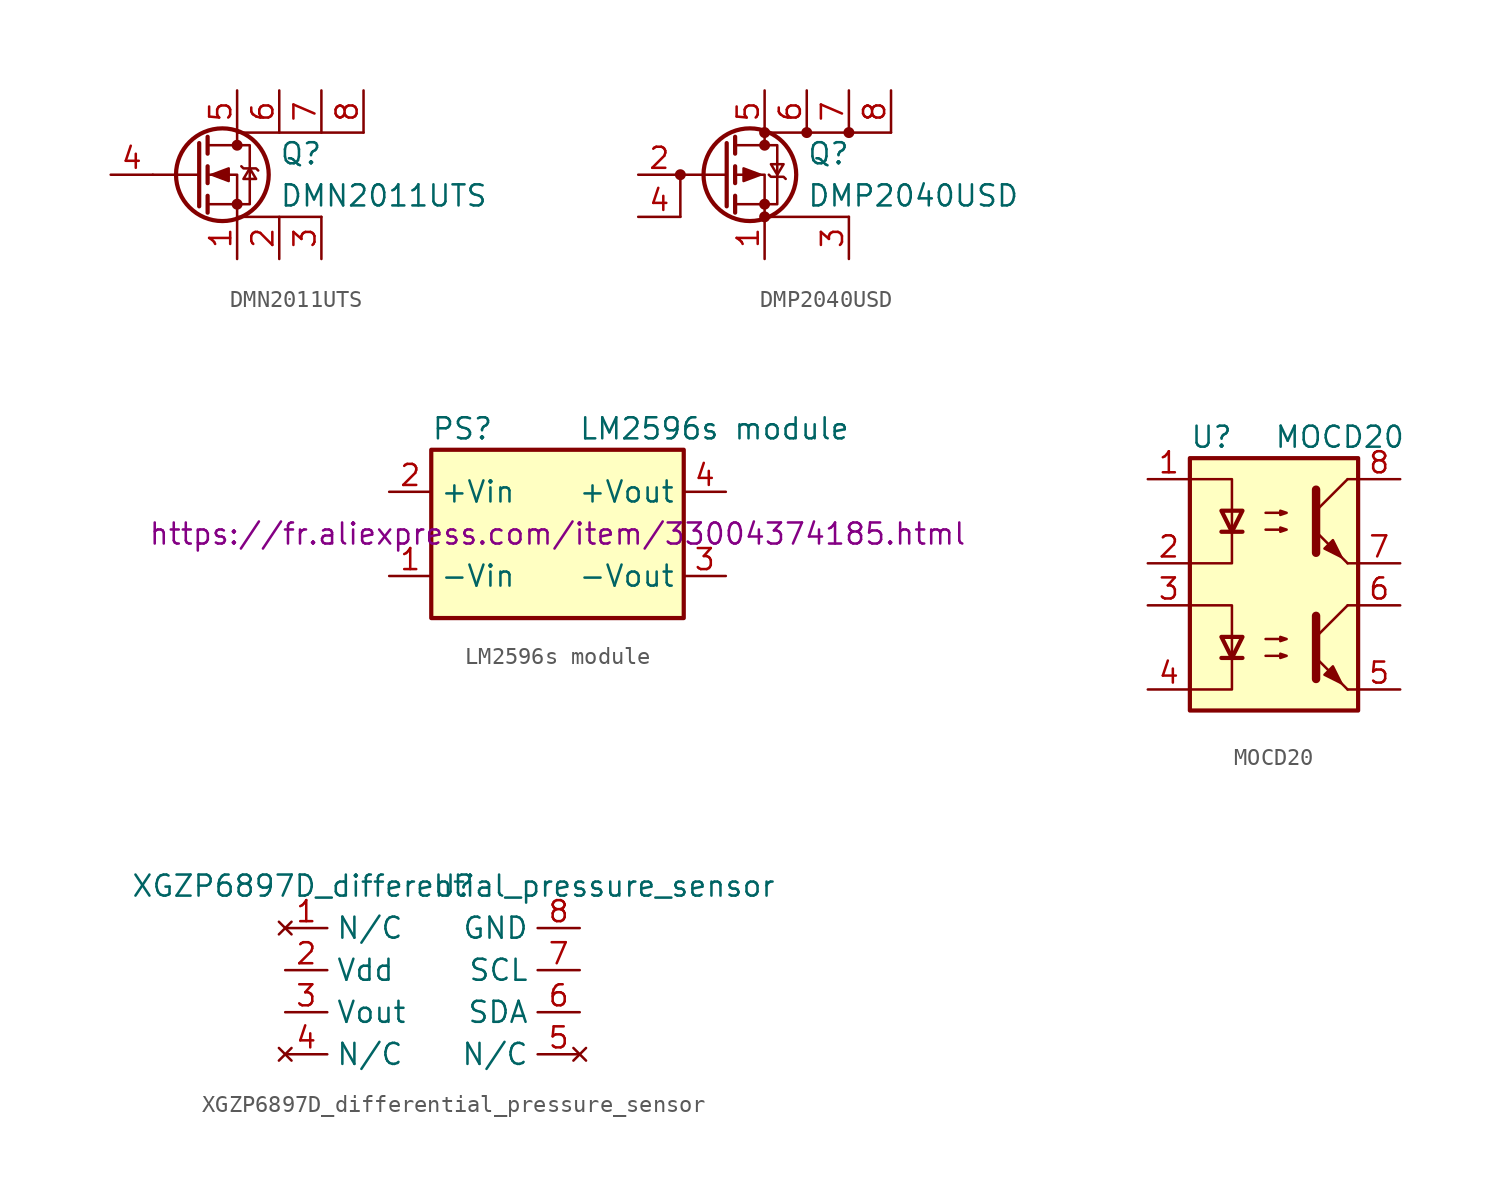
<source format=kicad_sym>
(kicad_symbol_lib
  (version 20220914)
  (generator kicad_symbol_editor)
  (symbol "DMN2011UTS"
    (pin_names
      (offset 0) hide)
    (property "Reference" "Q"
      (at 5.08 1.27 0)
      (effects (font (size 1.27 1.27)) (justify left)))
    (property "Value" "DMN2011UTS"
      (at 5.08 -1.27 0)
      (effects (font (size 1.27 1.27)) (justify left)))
    (symbol "DMN2011UTS_0_1"
      (polyline (pts (xy 0.254 0) (xy -2.54 0)) (stroke (width 0) (type default)) (fill (type none)))
      (polyline (pts (xy 0.254 1.905) (xy 0.254 -1.905)) (stroke (width 0.254) (type default)) (fill (type none)))
      (polyline (pts (xy 0.762 -1.27) (xy 0.762 -2.286)) (stroke (width 0.254) (type default)) (fill (type none)))
      (polyline (pts (xy 0.762 0.508) (xy 0.762 -0.508)) (stroke (width 0.254) (type default)) (fill (type none)))
      (polyline (pts (xy 0.762 2.286) (xy 0.762 1.27)) (stroke (width 0.254) (type default)) (fill (type none)))
      (polyline (pts (xy 2.54 2.54) (xy 2.54 1.778)) (stroke (width 0) (type default)) (fill (type none)))
      (polyline (pts (xy 2.54 2.54) (xy 10.16 2.54)) (stroke (width 0) (type default)) (fill (type none)))
      (polyline (pts (xy 7.62 -2.54) (xy 2.54 -2.54)) (stroke (width 0) (type default)) (fill (type none)))
      (polyline (pts (xy 2.54 -2.54) (xy 2.54 0) (xy 0.762 0)) (stroke (width 0) (type default)) (fill (type none)))
      (polyline (pts (xy 0.762 -1.778) (xy 3.302 -1.778) (xy 3.302 1.778) (xy 0.762 1.778)) (stroke (width 0) (type default)) (fill (type none)))
      (polyline (pts (xy 1.016 0) (xy 2.032 0.381) (xy 2.032 -0.381) (xy 1.016 0)) (stroke (width 0) (type default)) (fill (type outline)))
      (polyline (pts (xy 2.794 0.508) (xy 2.921 0.381) (xy 3.683 0.381) (xy 3.81 0.254)) (stroke (width 0) (type default)) (fill (type none)))
      (polyline (pts (xy 3.302 0.381) (xy 2.921 -0.254) (xy 3.683 -0.254) (xy 3.302 0.381)) (stroke (width 0) (type default)) (fill (type none)))
      (circle (center 1.651 0) (radius 2.794) (stroke (width 0.254) (type default)) (fill (type none)))
      (circle (center 2.54 -1.778) (radius 0.254) (stroke (width 0) (type default)) (fill (type outline)))
      (circle (center 2.54 1.778) (radius 0.254) (stroke (width 0) (type default)) (fill (type outline))))
    (symbol "DMN2011UTS_1_1"
      (pin passive line (at 2.54 -5.08 90) (length 2.54) (name "S" (effects (font (size 1.27 1.27)))) (number "1" (effects (font (size 1.27 1.27)))))
      (pin passive line (at 5.08 -5.08 90) (length 2.54) (name "S" (effects (font (size 1.27 1.27)))) (number "2" (effects (font (size 1.27 1.27)))))
      (pin passive line (at 7.62 -5.08 90) (length 2.54) (name "S" (effects (font (size 1.27 1.27)))) (number "3" (effects (font (size 1.27 1.27)))))
      (pin input line (at -5.08 0 0) (length 2.54) (name "G" (effects (font (size 1.27 1.27)))) (number "4" (effects (font (size 1.27 1.27)))))
      (pin passive line (at 2.54 5.08 270) (length 2.54) (name "D" (effects (font (size 1.27 1.27)))) (number "5" (effects (font (size 1.27 1.27)))))
      (pin passive line (at 5.08 5.08 270) (length 2.54) (name "D" (effects (font (size 1.27 1.27)))) (number "6" (effects (font (size 1.27 1.27)))))
      (pin passive line (at 7.62 5.08 270) (length 2.54) (name "D" (effects (font (size 1.27 1.27)))) (number "7" (effects (font (size 1.27 1.27)))))
      (pin passive line (at 10.16 5.08 270) (length 2.54) (name "D" (effects (font (size 1.27 1.27)))) (number "8" (effects (font (size 1.27 1.27)))))))
  (symbol "DMP2040USD"
    (pin_names
      (offset 0) hide)
    (property "Reference" "Q"
      (at 5.08 1.27 0)
      (effects (font (size 1.27 1.27)) (justify left)))
    (property "Value" "DMP2040USD"
      (at 5.08 -1.27 0)
      (effects (font (size 1.27 1.27)) (justify left)))
    (symbol "DMP2040USD_0_1"
      (circle (center -2.54 0) (radius 0.254) (stroke (width 0) (type default)) (fill (type outline)))
      (polyline (pts (xy -2.54 -2.54) (xy -2.54 0)) (stroke (width 0) (type default)) (fill (type none)))
      (polyline (pts (xy 0.254 0) (xy -2.54 0)) (stroke (width 0) (type default)) (fill (type none)))
      (polyline (pts (xy 0.254 1.905) (xy 0.254 -1.905)) (stroke (width 0.254) (type default)) (fill (type none)))
      (polyline (pts (xy 0.762 -1.27) (xy 0.762 -2.286)) (stroke (width 0.254) (type default)) (fill (type none)))
      (polyline (pts (xy 0.762 0.508) (xy 0.762 -0.508)) (stroke (width 0.254) (type default)) (fill (type none)))
      (polyline (pts (xy 0.762 2.286) (xy 0.762 1.27)) (stroke (width 0.254) (type default)) (fill (type none)))
      (polyline (pts (xy 2.54 2.54) (xy 2.54 1.778)) (stroke (width 0) (type default)) (fill (type none)))
      (polyline (pts (xy 2.54 2.54) (xy 10.16 2.54)) (stroke (width 0) (type default)) (fill (type none)))
      (polyline (pts (xy 7.62 -2.54) (xy 2.54 -2.54)) (stroke (width 0) (type default)) (fill (type none)))
      (polyline (pts (xy 2.54 -2.54) (xy 2.54 0) (xy 0.762 0)) (stroke (width 0) (type default)) (fill (type none)))
      (polyline (pts (xy 0.762 -1.778) (xy 3.302 -1.778) (xy 3.302 1.778) (xy 0.762 1.778)) (stroke (width 0) (type default)) (fill (type none)))
      (polyline (pts (xy 2.286 0) (xy 1.27 -0.381) (xy 1.27 0.381) (xy 2.286 0)) (stroke (width 0) (type default)) (fill (type outline)))
      (polyline (pts (xy 2.794 0) (xy 2.921 -0.127) (xy 3.683 -0.127) (xy 3.81 -0.254)) (stroke (width 0) (type default)) (fill (type none)))
      (polyline (pts (xy 3.302 0) (xy 3.683 0.635) (xy 2.921 0.635) (xy 3.302 0)) (stroke (width 0) (type default)) (fill (type none)))
      (circle (center 1.651 0) (radius 2.794) (stroke (width 0.254) (type default)) (fill (type none)))
      (circle (center 2.54 -2.54) (radius 0.254) (stroke (width 0) (type default)) (fill (type outline)))
      (circle (center 2.54 -1.778) (radius 0.254) (stroke (width 0) (type default)) (fill (type outline)))
      (circle (center 2.54 1.778) (radius 0.254) (stroke (width 0) (type default)) (fill (type outline)))
      (circle (center 2.54 2.54) (radius 0.254) (stroke (width 0) (type default)) (fill (type outline)))
      (circle (center 5.08 2.54) (radius 0.254) (stroke (width 0) (type default)) (fill (type outline)))
      (circle (center 7.62 2.54) (radius 0.254) (stroke (width 0) (type default)) (fill (type outline))))
    (symbol "DMP2040USD_1_1"
      (pin passive line (at 2.54 -5.08 90) (length 2.54) (name "S" (effects (font (size 1.27 1.27)))) (number "1" (effects (font (size 1.27 1.27)))))
      (pin input line (at -5.08 0 0) (length 2.54) (name "G" (effects (font (size 1.27 1.27)))) (number "2" (effects (font (size 1.27 1.27)))))
      (pin passive line (at 7.62 -5.08 90) (length 2.54) (name "S" (effects (font (size 1.27 1.27)))) (number "3" (effects (font (size 1.27 1.27)))))
      (pin input line (at -5.08 -2.54 0) (length 2.54) (name "G" (effects (font (size 1.27 1.27)))) (number "4" (effects (font (size 1.27 1.27)))))
      (pin passive line (at 2.54 5.08 270) (length 2.54) (name "D" (effects (font (size 1.27 1.27)))) (number "5" (effects (font (size 1.27 1.27)))))
      (pin passive line (at 5.08 5.08 270) (length 2.54) (name "D" (effects (font (size 1.27 1.27)))) (number "6" (effects (font (size 1.27 1.27)))))
      (pin passive line (at 7.62 5.08 270) (length 2.54) (name "D" (effects (font (size 1.27 1.27)))) (number "7" (effects (font (size 1.27 1.27)))))
      (pin passive line (at 10.16 5.08 270) (length 2.54) (name "D" (effects (font (size 1.27 1.27)))) (number "8" (effects (font (size 1.27 1.27)))))))
  (symbol "LM2596s module"
    (property "Reference" "PS"
      (at -7.62 6.35 0)
      (effects (font (size 1.27 1.27)) (justify left)))
    (property "Value" "LM2596s module"
      (at 1.27 6.35 0)
      (effects (font (size 1.27 1.27)) (justify left)))
    (property "Aliexpress" "https://fr.aliexpress.com/item/33004374185.html"
      (at 0 0 0)
      (effects (font (size 1.27 1.27))))
    (symbol "LM2596s module_0_0"
      (pin power_in line (at -10.16 -2.54 0) (length 2.54) (name "-Vin" (effects (font (size 1.27 1.27)))) (number "1" (effects (font (size 1.27 1.27)))))
      (pin power_in line (at -10.16 2.54 0) (length 2.54) (name "+Vin" (effects (font (size 1.27 1.27)))) (number "2" (effects (font (size 1.27 1.27)))))
      (pin power_in line (at 10.16 -2.54 180) (length 2.54) (name "-Vout" (effects (font (size 1.27 1.27)))) (number "3" (effects (font (size 1.27 1.27)))))
      (pin power_out line (at 10.16 2.54 180) (length 2.54) (name "+Vout" (effects (font (size 1.27 1.27)))) (number "4" (effects (font (size 1.27 1.27))))))
    (symbol "LM2596s module_0_1"
      (rectangle (start -7.62 5.08) (end 7.62 -5.08) (stroke (width 0.254) (type default)) (fill (type background)))))
  (symbol "MOCD20"
    (property "Reference" "U"
      (at -5.08 5.08 0)
      (effects (font (size 1.27 1.27)) (justify left)))
    (property "Value" "MOCD20"
      (at 0 5.08 0)
      (effects (font (size 1.27 1.27)) (justify left)))
    (symbol "MOCD20_0_1"
      (rectangle (start -5.08 3.81) (end 5.08 -11.43) (stroke (width 0.254) (type default)) (fill (type background)))
      (polyline (pts (xy -3.175 -8.255) (xy -1.905 -8.255)) (stroke (width 0.254) (type default)) (fill (type none)))
      (polyline (pts (xy -3.175 -0.635) (xy -1.905 -0.635)) (stroke (width 0.254) (type default)) (fill (type none)))
      (polyline (pts (xy 2.54 -6.985) (xy 4.445 -5.08)) (stroke (width 0) (type default)) (fill (type none)))
      (polyline (pts (xy 2.54 0.635) (xy 4.445 2.54)) (stroke (width 0) (type default)) (fill (type none)))
      (polyline (pts (xy 4.445 -10.16) (xy 2.54 -8.255)) (stroke (width 0) (type default)) (fill (type outline)))
      (polyline (pts (xy 4.445 -10.16) (xy 5.08 -10.16)) (stroke (width 0) (type default)) (fill (type none)))
      (polyline (pts (xy 4.445 -5.08) (xy 5.08 -5.08)) (stroke (width 0) (type default)) (fill (type none)))
      (polyline (pts (xy 4.445 -2.54) (xy 2.54 -0.635)) (stroke (width 0) (type default)) (fill (type outline)))
      (polyline (pts (xy 4.445 -2.54) (xy 5.08 -2.54)) (stroke (width 0) (type default)) (fill (type none)))
      (polyline (pts (xy 4.445 2.54) (xy 5.08 2.54)) (stroke (width 0) (type default)) (fill (type none)))
      (polyline (pts (xy -5.08 -5.08) (xy -2.54 -5.08) (xy -2.54 -8.255)) (stroke (width 0) (type default)) (fill (type none)))
      (polyline (pts (xy -5.08 2.54) (xy -2.54 2.54) (xy -2.54 -0.635)) (stroke (width 0) (type default)) (fill (type none)))
      (polyline (pts (xy -2.54 -8.255) (xy -2.54 -10.16) (xy -5.08 -10.16)) (stroke (width 0) (type default)) (fill (type none)))
      (polyline (pts (xy -2.54 -0.635) (xy -2.54 -2.54) (xy -5.08 -2.54)) (stroke (width 0) (type default)) (fill (type none)))
      (polyline (pts (xy 2.54 -5.715) (xy 2.54 -9.525) (xy 2.54 -9.525)) (stroke (width 0.508) (type default)) (fill (type none)))
      (polyline (pts (xy 2.54 1.905) (xy 2.54 -1.905) (xy 2.54 -1.905)) (stroke (width 0.508) (type default)) (fill (type none)))
      (polyline (pts (xy -2.54 -8.255) (xy -3.175 -6.985) (xy -1.905 -6.985) (xy -2.54 -8.255)) (stroke (width 0.254) (type default)) (fill (type none)))
      (polyline (pts (xy -2.54 -0.635) (xy -3.175 0.635) (xy -1.905 0.635) (xy -2.54 -0.635)) (stroke (width 0.254) (type default)) (fill (type none)))
      (polyline (pts (xy -0.508 -8.128) (xy 0.762 -8.128) (xy 0.381 -8.255) (xy 0.381 -8.001) (xy 0.762 -8.128)) (stroke (width 0) (type default)) (fill (type none)))
      (polyline (pts (xy -0.508 -7.112) (xy 0.762 -7.112) (xy 0.381 -7.239) (xy 0.381 -6.985) (xy 0.762 -7.112)) (stroke (width 0) (type default)) (fill (type none)))
      (polyline (pts (xy -0.508 -0.508) (xy 0.762 -0.508) (xy 0.381 -0.635) (xy 0.381 -0.381) (xy 0.762 -0.508)) (stroke (width 0) (type default)) (fill (type none)))
      (polyline (pts (xy -0.508 0.508) (xy 0.762 0.508) (xy 0.381 0.381) (xy 0.381 0.635) (xy 0.762 0.508)) (stroke (width 0) (type default)) (fill (type none)))
      (polyline (pts (xy 3.048 -9.271) (xy 3.556 -8.763) (xy 4.064 -9.779) (xy 3.048 -9.271) (xy 3.048 -9.271)) (stroke (width 0) (type default)) (fill (type outline)))
      (polyline (pts (xy 3.048 -1.651) (xy 3.556 -1.143) (xy 4.064 -2.159) (xy 3.048 -1.651) (xy 3.048 -1.651)) (stroke (width 0) (type default)) (fill (type outline))))
    (symbol "MOCD20_1_1"
      (pin passive line (at -7.62 2.54 0) (length 2.54) (name "~" (effects (font (size 1.27 1.27)))) (number "1" (effects (font (size 1.27 1.27)))))
      (pin passive line (at -7.62 -2.54 0) (length 2.54) (name "~" (effects (font (size 1.27 1.27)))) (number "2" (effects (font (size 1.27 1.27)))))
      (pin passive line (at -7.62 -5.08 0) (length 2.54) (name "~" (effects (font (size 1.27 1.27)))) (number "3" (effects (font (size 1.27 1.27)))))
      (pin passive line (at -7.62 -10.16 0) (length 2.54) (name "~" (effects (font (size 1.27 1.27)))) (number "4" (effects (font (size 1.27 1.27)))))
      (pin passive line (at 7.62 -10.16 180) (length 2.54) (name "~" (effects (font (size 1.27 1.27)))) (number "5" (effects (font (size 1.27 1.27)))))
      (pin passive line (at 7.62 -5.08 180) (length 2.54) (name "~" (effects (font (size 1.27 1.27)))) (number "6" (effects (font (size 1.27 1.27)))))
      (pin passive line (at 7.62 -2.54 180) (length 2.54) (name "~" (effects (font (size 1.27 1.27)))) (number "7" (effects (font (size 1.27 1.27)))))
      (pin passive line (at 7.62 2.54 180) (length 2.54) (name "~" (effects (font (size 1.27 1.27)))) (number "8" (effects (font (size 1.27 1.27)))))))
  (symbol "XGZP6897D_differential_pressure_sensor"
    (property "Reference" "U"
      (at 0 0 0)
      (effects (font (size 1.27 1.27))))
    (property "Value" "XGZP6897D_differential_pressure_sensor"
      (at 0 0 0)
      (effects (font (size 1.27 1.27))))
    (symbol "XGZP6897D_differential_pressure_sensor_1_1"
      (pin no_connect line (at -10.16 -2.54 0) (length 2.54) (name "N/C" (effects (font (size 1.27 1.27)))) (number "1" (effects (font (size 1.27 1.27)))))
      (pin power_in line (at -10.16 -5.08 0) (length 2.54) (name "Vdd" (effects (font (size 1.27 1.27)))) (number "2" (effects (font (size 1.27 1.27)))))
      (pin output line (at -10.16 -7.62 0) (length 2.54) (name "Vout" (effects (font (size 1.27 1.27)))) (number "3" (effects (font (size 1.27 1.27)))))
      (pin no_connect line (at -10.16 -10.16 0) (length 2.54) (name "N/C" (effects (font (size 1.27 1.27)))) (number "4" (effects (font (size 1.27 1.27)))))
      (pin no_connect line (at 7.62 -10.16 180) (length 2.54) (name "N/C" (effects (font (size 1.27 1.27)))) (number "5" (effects (font (size 1.27 1.27)))))
      (pin bidirectional line (at 7.62 -7.62 180) (length 2.54) (name "SDA" (effects (font (size 1.27 1.27)))) (number "6" (effects (font (size 1.27 1.27)))))
      (pin bidirectional line (at 7.62 -5.08 180) (length 2.54) (name "SCL" (effects (font (size 1.27 1.27)))) (number "7" (effects (font (size 1.27 1.27)))))
      (pin power_in line (at 7.62 -2.54 180) (length 2.54) (name "GND" (effects (font (size 1.27 1.27)))) (number "8" (effects (font (size 1.27 1.27))))))))
</source>
